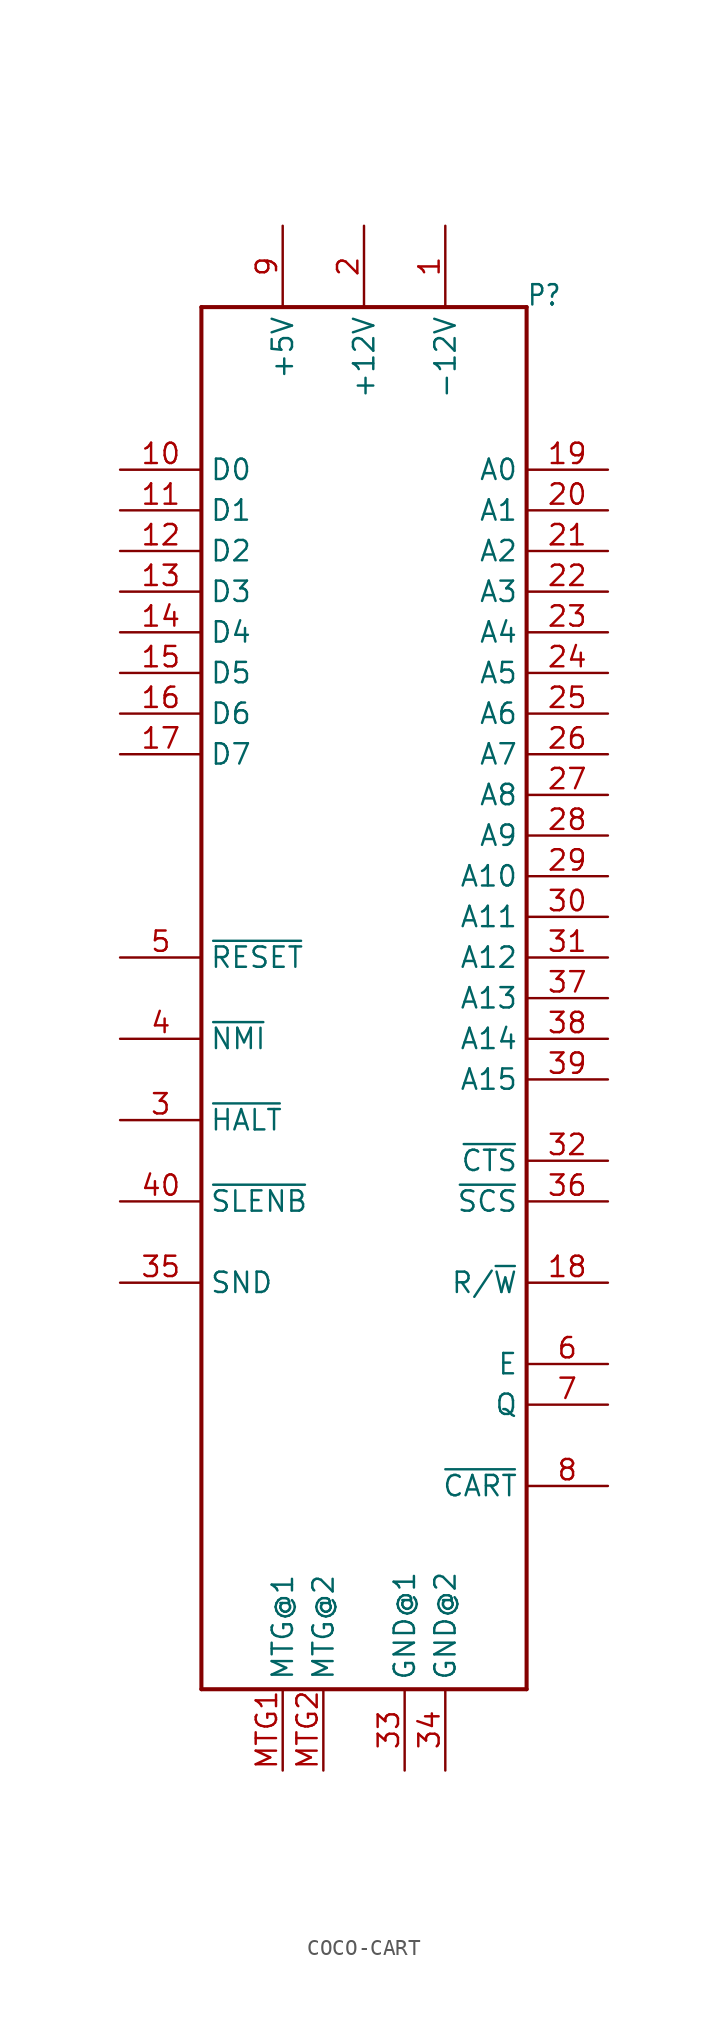
<source format=kicad_sym>
(kicad_symbol_lib
  (version 20220914)
  (generator kicad_symbol_editor)
  (symbol "COCO-CART"
    (property "Reference" "P"
      (at 10.16 40.64 0)
      (effects (font (size 1.27 1.079)) (justify left bottom)))
    (property "ki_locked" ""
      (at 0 0 0)
      (effects (font (size 1.27 1.27))))
    (symbol "COCO-CART_1_0"
      (polyline (pts (xy -10.16 -45.72) (xy -10.16 40.64)) (stroke (width 0.254) (type solid)) (fill (type none)))
      (polyline (pts (xy -10.16 40.64) (xy 10.16 40.64)) (stroke (width 0.254) (type solid)) (fill (type none)))
      (polyline (pts (xy 10.16 -45.72) (xy -10.16 -45.72)) (stroke (width 0.254) (type solid)) (fill (type none)))
      (polyline (pts (xy 10.16 40.64) (xy 10.16 -45.72)) (stroke (width 0.254) (type solid)) (fill (type none)))
      (pin passive line (at 5.08 45.72 270) (length 5.08) (name "-12V" (effects (font (size 1.27 1.27)))) (number "1" (effects (font (size 1.27 1.27)))))
      (pin bidirectional line (at -15.24 30.48 0) (length 5.08) (name "D0" (effects (font (size 1.27 1.27)))) (number "10" (effects (font (size 1.27 1.27)))))
      (pin bidirectional line (at -15.24 27.94 0) (length 5.08) (name "D1" (effects (font (size 1.27 1.27)))) (number "11" (effects (font (size 1.27 1.27)))))
      (pin bidirectional line (at -15.24 25.4 0) (length 5.08) (name "D2" (effects (font (size 1.27 1.27)))) (number "12" (effects (font (size 1.27 1.27)))))
      (pin bidirectional line (at -15.24 22.86 0) (length 5.08) (name "D3" (effects (font (size 1.27 1.27)))) (number "13" (effects (font (size 1.27 1.27)))))
      (pin bidirectional line (at -15.24 20.32 0) (length 5.08) (name "D4" (effects (font (size 1.27 1.27)))) (number "14" (effects (font (size 1.27 1.27)))))
      (pin bidirectional line (at -15.24 17.78 0) (length 5.08) (name "D5" (effects (font (size 1.27 1.27)))) (number "15" (effects (font (size 1.27 1.27)))))
      (pin bidirectional line (at -15.24 15.24 0) (length 5.08) (name "D6" (effects (font (size 1.27 1.27)))) (number "16" (effects (font (size 1.27 1.27)))))
      (pin bidirectional line (at -15.24 12.7 0) (length 5.08) (name "D7" (effects (font (size 1.27 1.27)))) (number "17" (effects (font (size 1.27 1.27)))))
      (pin output line (at 15.24 -20.32 180) (length 5.08) (name "R/~{W}" (effects (font (size 1.27 1.27)))) (number "18" (effects (font (size 1.27 1.27)))))
      (pin output line (at 15.24 30.48 180) (length 5.08) (name "A0" (effects (font (size 1.27 1.27)))) (number "19" (effects (font (size 1.27 1.27)))))
      (pin passive line (at 0 45.72 270) (length 5.08) (name "+12V" (effects (font (size 1.27 1.27)))) (number "2" (effects (font (size 1.27 1.27)))))
      (pin output line (at 15.24 27.94 180) (length 5.08) (name "A1" (effects (font (size 1.27 1.27)))) (number "20" (effects (font (size 1.27 1.27)))))
      (pin output line (at 15.24 25.4 180) (length 5.08) (name "A2" (effects (font (size 1.27 1.27)))) (number "21" (effects (font (size 1.27 1.27)))))
      (pin output line (at 15.24 22.86 180) (length 5.08) (name "A3" (effects (font (size 1.27 1.27)))) (number "22" (effects (font (size 1.27 1.27)))))
      (pin output line (at 15.24 20.32 180) (length 5.08) (name "A4" (effects (font (size 1.27 1.27)))) (number "23" (effects (font (size 1.27 1.27)))))
      (pin output line (at 15.24 17.78 180) (length 5.08) (name "A5" (effects (font (size 1.27 1.27)))) (number "24" (effects (font (size 1.27 1.27)))))
      (pin output line (at 15.24 15.24 180) (length 5.08) (name "A6" (effects (font (size 1.27 1.27)))) (number "25" (effects (font (size 1.27 1.27)))))
      (pin output line (at 15.24 12.7 180) (length 5.08) (name "A7" (effects (font (size 1.27 1.27)))) (number "26" (effects (font (size 1.27 1.27)))))
      (pin output line (at 15.24 10.16 180) (length 5.08) (name "A8" (effects (font (size 1.27 1.27)))) (number "27" (effects (font (size 1.27 1.27)))))
      (pin output line (at 15.24 7.62 180) (length 5.08) (name "A9" (effects (font (size 1.27 1.27)))) (number "28" (effects (font (size 1.27 1.27)))))
      (pin output line (at 15.24 5.08 180) (length 5.08) (name "A10" (effects (font (size 1.27 1.27)))) (number "29" (effects (font (size 1.27 1.27)))))
      (pin bidirectional line (at -15.24 -10.16 0) (length 5.08) (name "~{HALT}" (effects (font (size 1.27 1.27)))) (number "3" (effects (font (size 1.27 1.27)))))
      (pin output line (at 15.24 2.54 180) (length 5.08) (name "A11" (effects (font (size 1.27 1.27)))) (number "30" (effects (font (size 1.27 1.27)))))
      (pin output line (at 15.24 0 180) (length 5.08) (name "A12" (effects (font (size 1.27 1.27)))) (number "31" (effects (font (size 1.27 1.27)))))
      (pin output line (at 15.24 -12.7 180) (length 5.08) (name "~{CTS}" (effects (font (size 1.27 1.27)))) (number "32" (effects (font (size 1.27 1.27)))))
      (pin passive line (at 2.54 -50.8 90) (length 5.08) (name "GND@1" (effects (font (size 1.27 1.27)))) (number "33" (effects (font (size 1.27 1.27)))))
      (pin passive line (at 5.08 -50.8 90) (length 5.08) (name "GND@2" (effects (font (size 1.27 1.27)))) (number "34" (effects (font (size 1.27 1.27)))))
      (pin bidirectional line (at -15.24 -20.32 0) (length 5.08) (name "SND" (effects (font (size 1.27 1.27)))) (number "35" (effects (font (size 1.27 1.27)))))
      (pin output line (at 15.24 -15.24 180) (length 5.08) (name "~{SCS}" (effects (font (size 1.27 1.27)))) (number "36" (effects (font (size 1.27 1.27)))))
      (pin output line (at 15.24 -2.54 180) (length 5.08) (name "A13" (effects (font (size 1.27 1.27)))) (number "37" (effects (font (size 1.27 1.27)))))
      (pin output line (at 15.24 -5.08 180) (length 5.08) (name "A14" (effects (font (size 1.27 1.27)))) (number "38" (effects (font (size 1.27 1.27)))))
      (pin output line (at 15.24 -7.62 180) (length 5.08) (name "A15" (effects (font (size 1.27 1.27)))) (number "39" (effects (font (size 1.27 1.27)))))
      (pin bidirectional line (at -15.24 -5.08 0) (length 5.08) (name "~{NMI}" (effects (font (size 1.27 1.27)))) (number "4" (effects (font (size 1.27 1.27)))))
      (pin input line (at -15.24 -15.24 0) (length 5.08) (name "~{SLENB}" (effects (font (size 1.27 1.27)))) (number "40" (effects (font (size 1.27 1.27)))))
      (pin bidirectional line (at -15.24 0 0) (length 5.08) (name "~{RESET}" (effects (font (size 1.27 1.27)))) (number "5" (effects (font (size 1.27 1.27)))))
      (pin output line (at 15.24 -25.4 180) (length 5.08) (name "E" (effects (font (size 1.27 1.27)))) (number "6" (effects (font (size 1.27 1.27)))))
      (pin output line (at 15.24 -27.94 180) (length 5.08) (name "Q" (effects (font (size 1.27 1.27)))) (number "7" (effects (font (size 1.27 1.27)))))
      (pin input line (at 15.24 -33.02 180) (length 5.08) (name "~{CART}" (effects (font (size 1.27 1.27)))) (number "8" (effects (font (size 1.27 1.27)))))
      (pin passive line (at -5.08 45.72 270) (length 5.08) (name "+5V" (effects (font (size 1.27 1.27)))) (number "9" (effects (font (size 1.27 1.27)))))
      (pin passive line (at -5.08 -50.8 90) (length 5.08) (name "MTG@1" (effects (font (size 1.27 1.27)))) (number "MTG1" (effects (font (size 1.27 1.27)))))
      (pin passive line (at -2.54 -50.8 90) (length 5.08) (name "MTG@2" (effects (font (size 1.27 1.27)))) (number "MTG2" (effects (font (size 1.27 1.27))))))))
</source>
